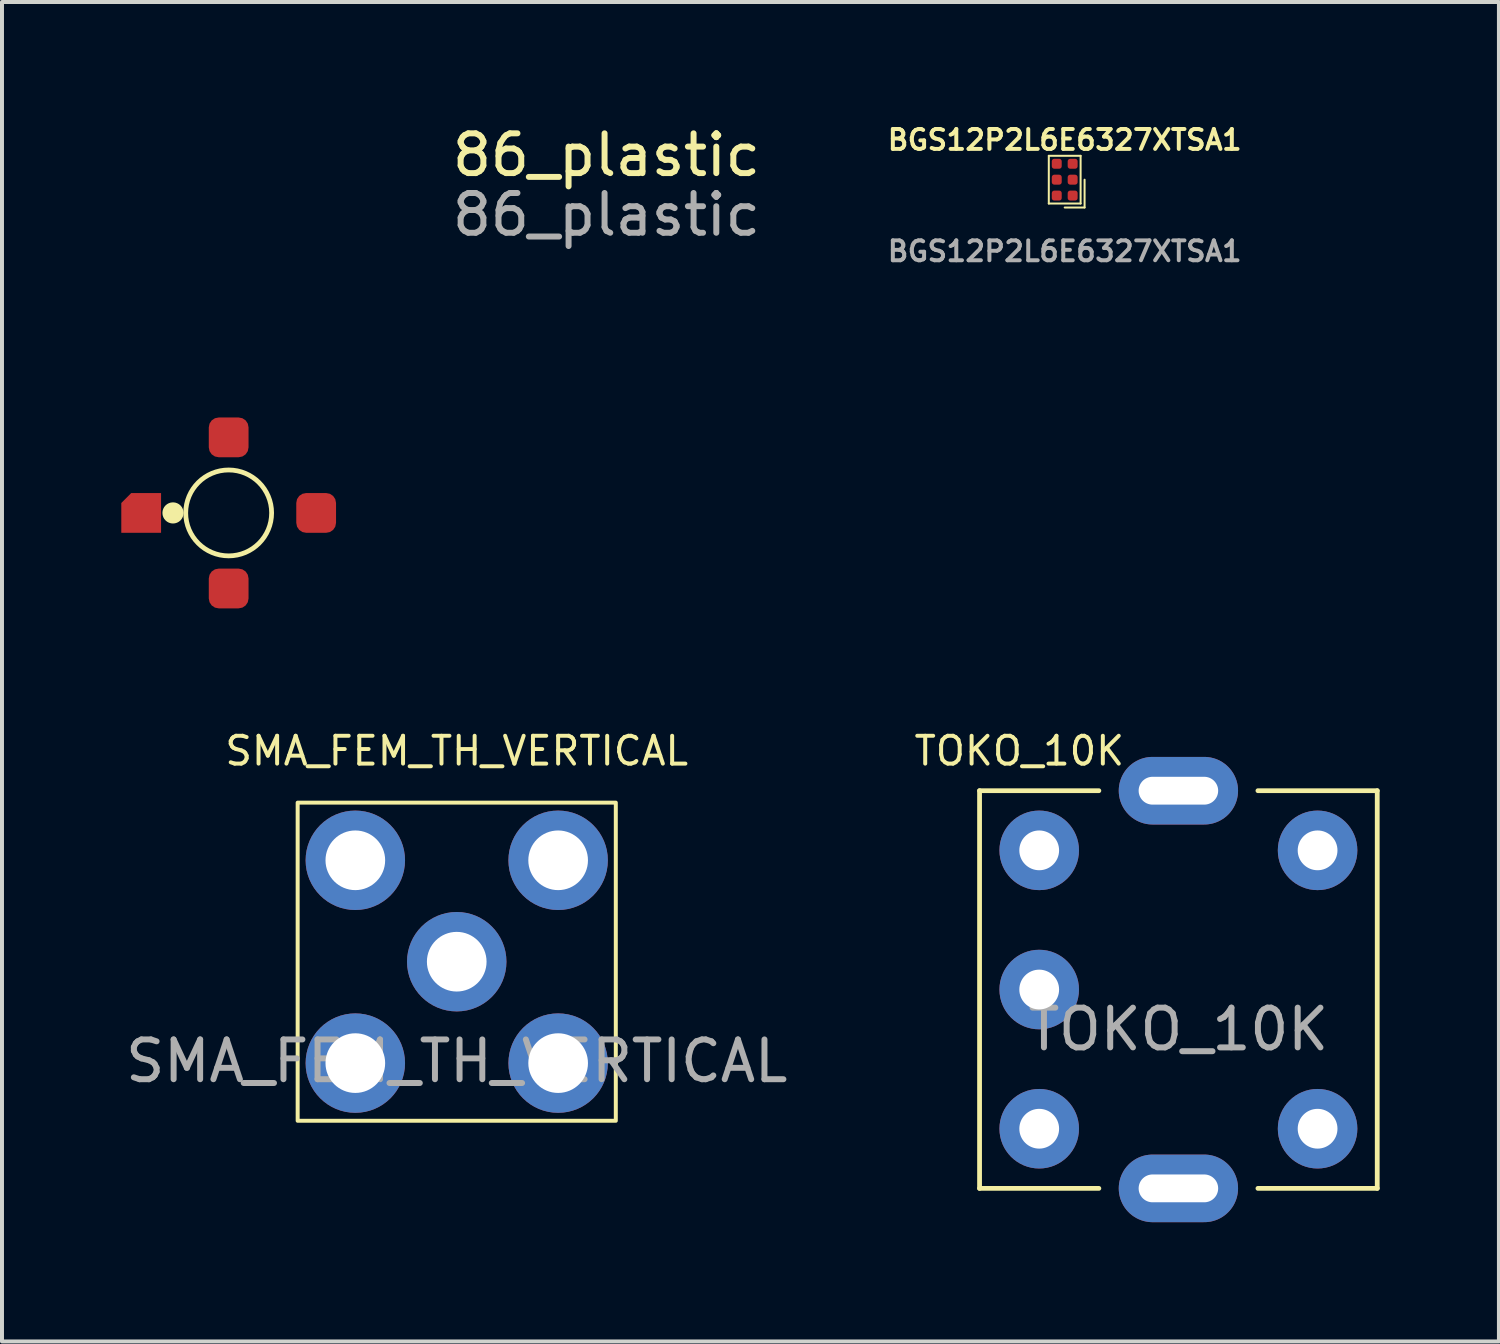
<source format=kicad_pcb>
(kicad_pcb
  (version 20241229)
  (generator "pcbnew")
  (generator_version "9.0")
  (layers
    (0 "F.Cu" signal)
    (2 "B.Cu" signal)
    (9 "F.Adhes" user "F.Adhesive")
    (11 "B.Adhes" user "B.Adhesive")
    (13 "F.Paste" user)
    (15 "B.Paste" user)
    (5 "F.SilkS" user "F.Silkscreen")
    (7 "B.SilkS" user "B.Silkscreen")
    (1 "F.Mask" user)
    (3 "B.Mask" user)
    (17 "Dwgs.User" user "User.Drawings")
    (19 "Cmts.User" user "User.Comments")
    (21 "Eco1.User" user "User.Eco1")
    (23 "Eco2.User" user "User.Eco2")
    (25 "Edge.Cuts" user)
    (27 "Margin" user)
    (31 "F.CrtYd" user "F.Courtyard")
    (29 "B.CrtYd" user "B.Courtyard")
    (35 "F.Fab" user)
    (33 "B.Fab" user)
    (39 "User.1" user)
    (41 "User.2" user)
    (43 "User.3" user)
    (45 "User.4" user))
  (footprint "86_plastic"
    (layer "F.Cu")
    (at 2.7 9.848)
    (property "Reference" "86_plastic" (at 9.5 -9 0) (unlocked yes) (layer "F.SilkS") (effects (font (size 1 1) (thickness 0.15))))
    (attr smd)
    (fp_circle (center -1.4 0) (end -1.194 0) (stroke (width 0.12) (type solid)) (fill yes) (layer "F.SilkS"))
    (fp_circle (center 0 0) (end 1.08 0) (stroke (width 0.12) (type solid)) (fill no) (layer "F.SilkS"))
    (fp_text user "${REFERENCE}" (at 9.5 -7.5 0) (unlocked yes) (layer "F.Fab") (effects (font (size 1 1) (thickness 0.15))))
    (pad "1" smd roundrect (at -2.2 0) (size 1 1) (layers "F.Cu" "F.Mask" "F.Paste") (roundrect_rratio 0) (chamfer_ratio 0.25) (chamfer top_left))
    (pad "2" smd roundrect (at 0 1.9 90) (size 1 1) (layers "F.Cu" "F.Mask" "F.Paste") (roundrect_rratio 0.25))
    (pad "3" smd roundrect (at 2.2 0 180) (size 1 1) (layers "F.Cu" "F.Mask" "F.Paste") (roundrect_rratio 0.25))
    (pad "4" smd roundrect (at 0 -1.9 270) (size 1 1) (layers "F.Cu" "F.Mask" "F.Paste") (roundrect_rratio 0.25)))
  (footprint "SMA_FEM_TH_VERTICAL"
    (layer "F.Cu")
    (at 8.435 21.133)
    (property "Reference" "SMA_FEM_TH_VERTICAL" (at 0 -5.3 0) (unlocked yes) (layer "F.SilkS") (effects (font (size 0.7 0.7) (thickness 0.1))))
    (attr through_hole)
    (fp_rect (start -4 -4) (end 4 4) (stroke (width 0.1) (type solid)) (fill no) (layer "F.SilkS"))
    (fp_text user "${REFERENCE}" (at 0 2.5 0) (unlocked yes) (layer "F.Fab") (effects (font (size 1 1) (thickness 0.15))))
    (pad "1" thru_hole circle (at 0 0) (size 2.5 2.5) (drill 1.5) (layers "*.Cu" "*.Mask"))
    (pad "2" thru_hole circle (at -2.55 -2.55) (size 2.5 2.5) (drill 1.5) (layers "*.Cu" "*.Mask"))
    (pad "2" thru_hole circle (at -2.55 2.55) (size 2.5 2.5) (drill 1.5) (layers "*.Cu" "*.Mask"))
    (pad "2" thru_hole circle (at 2.55 -2.55) (size 2.5 2.5) (drill 1.5) (layers "*.Cu" "*.Mask"))
    (pad "2" thru_hole circle (at 2.55 2.55) (size 2.5 2.5) (drill 1.5) (layers "*.Cu" "*.Mask")))
  (footprint "BGS12P2L6E6327XTSA1"
    (layer "F.Cu")
    (at 23.723 1.468)
    (property "Reference" "BGS12P2L6E6327XTSA1" (at 0 -1 0) (unlocked yes) (layer "F.SilkS") (effects (font (size 0.5 0.5) (thickness 0.1))))
    (attr smd)
    (fp_line (start -0.4 -0.6) (end 0.4 -0.6) (stroke (width 0.05) (type solid)) (layer "F.SilkS"))
    (fp_line (start -0.4 0.6) (end -0.4 -0.6) (stroke (width 0.05) (type solid)) (layer "F.SilkS"))
    (fp_line (start 0 0.7) (end 0.5 0.7) (stroke (width 0.05) (type solid)) (layer "F.SilkS"))
    (fp_line (start 0.4 -0.6) (end 0.4 0.6) (stroke (width 0.05) (type solid)) (layer "F.SilkS"))
    (fp_line (start 0.4 0.6) (end -0.4 0.6) (stroke (width 0.05) (type solid)) (layer "F.SilkS"))
    (fp_line (start 0.5 0.7) (end 0.5 0) (stroke (width 0.05) (type solid)) (layer "F.SilkS"))
    (fp_text user "${REFERENCE}" (at 0 1.8 0) (unlocked yes) (layer "F.Fab") (effects (font (size 0.5 0.5) (thickness 0.1))))
    (pad "1" smd roundrect (at 0.2 0.4) (size 0.25 0.25) (layers "F.Cu" "F.Mask" "F.Paste") (roundrect_rratio 0.25))
    (pad "2" smd roundrect (at 0.2 0) (size 0.25 0.25) (layers "F.Cu" "F.Mask" "F.Paste") (roundrect_rratio 0.25))
    (pad "3" smd roundrect (at 0.2 -0.4) (size 0.25 0.25) (layers "F.Cu" "F.Mask" "F.Paste") (roundrect_rratio 0.25))
    (pad "4" smd roundrect (at -0.2 -0.4) (size 0.25 0.25) (layers "F.Cu" "F.Mask" "F.Paste") (roundrect_rratio 0.25))
    (pad "5" smd roundrect (at -0.2 0) (size 0.25 0.25) (layers "F.Cu" "F.Mask" "F.Paste") (roundrect_rratio 0.25))
    (pad "6" smd roundrect (at -0.2 0.4) (size 0.25 0.25) (layers "F.Cu" "F.Mask" "F.Paste") (roundrect_rratio 0.25)))
  (footprint "TOKO_10K"
    (layer "F.Cu")
    (at 26.582 21.833)
    (property "Reference" "TOKO_10K" (at -4 -6 0) (unlocked yes) (layer "F.SilkS") (effects (font (size 0.7 0.7) (thickness 0.1))))
    (attr through_hole)
    (fp_line (start -5 -5) (end -5 5) (stroke (width 0.12) (type solid)) (layer "F.SilkS"))
    (fp_line (start -5 5) (end -2 5) (stroke (width 0.12) (type solid)) (layer "F.SilkS"))
    (fp_line (start -2 -5) (end -5 -5) (stroke (width 0.12) (type solid)) (layer "F.SilkS"))
    (fp_line (start 2 5) (end 5 5) (stroke (width 0.12) (type solid)) (layer "F.SilkS"))
    (fp_line (start 5 -5) (end 2 -5) (stroke (width 0.12) (type solid)) (layer "F.SilkS"))
    (fp_line (start 5 5) (end 5 -5) (stroke (width 0.12) (type solid)) (layer "F.SilkS"))
    (fp_text user "${REFERENCE}" (at 0 1 0) (unlocked yes) (layer "F.Fab") (effects (font (size 1 1) (thickness 0.15))))
    (pad "1" thru_hole circle (at -3.5 -3.5) (size 2 2) (drill 1) (layers "*.Cu" "*.Mask"))
    (pad "2" thru_hole circle (at -3.5 0) (size 2 2) (drill 1) (layers "*.Cu" "*.Mask"))
    (pad "3" thru_hole circle (at -3.5 3.5) (size 2 2) (drill 1) (layers "*.Cu" "*.Mask"))
    (pad "4" thru_hole circle (at 3.5 3.5) (size 2 2) (drill 1) (layers "*.Cu" "*.Mask"))
    (pad "6" thru_hole circle (at 3.5 -3.5) (size 2 2) (drill 1) (layers "*.Cu" "*.Mask"))
    (pad "7" thru_hole oval (at 0 -5) (size 3 1.7) (drill oval 2 0.7) (layers "*.Cu" "*.Mask"))
    (pad "7" thru_hole oval (at 0 5) (size 3 1.7) (drill oval 2 0.7) (layers "*.Cu" "*.Mask")))
  (gr_rect
    (start -3 -3)
    (end 34.642 30.683)
    (stroke (width 0.1) (type default))
    (fill no)
    (layer "Edge.Cuts")))
</source>
